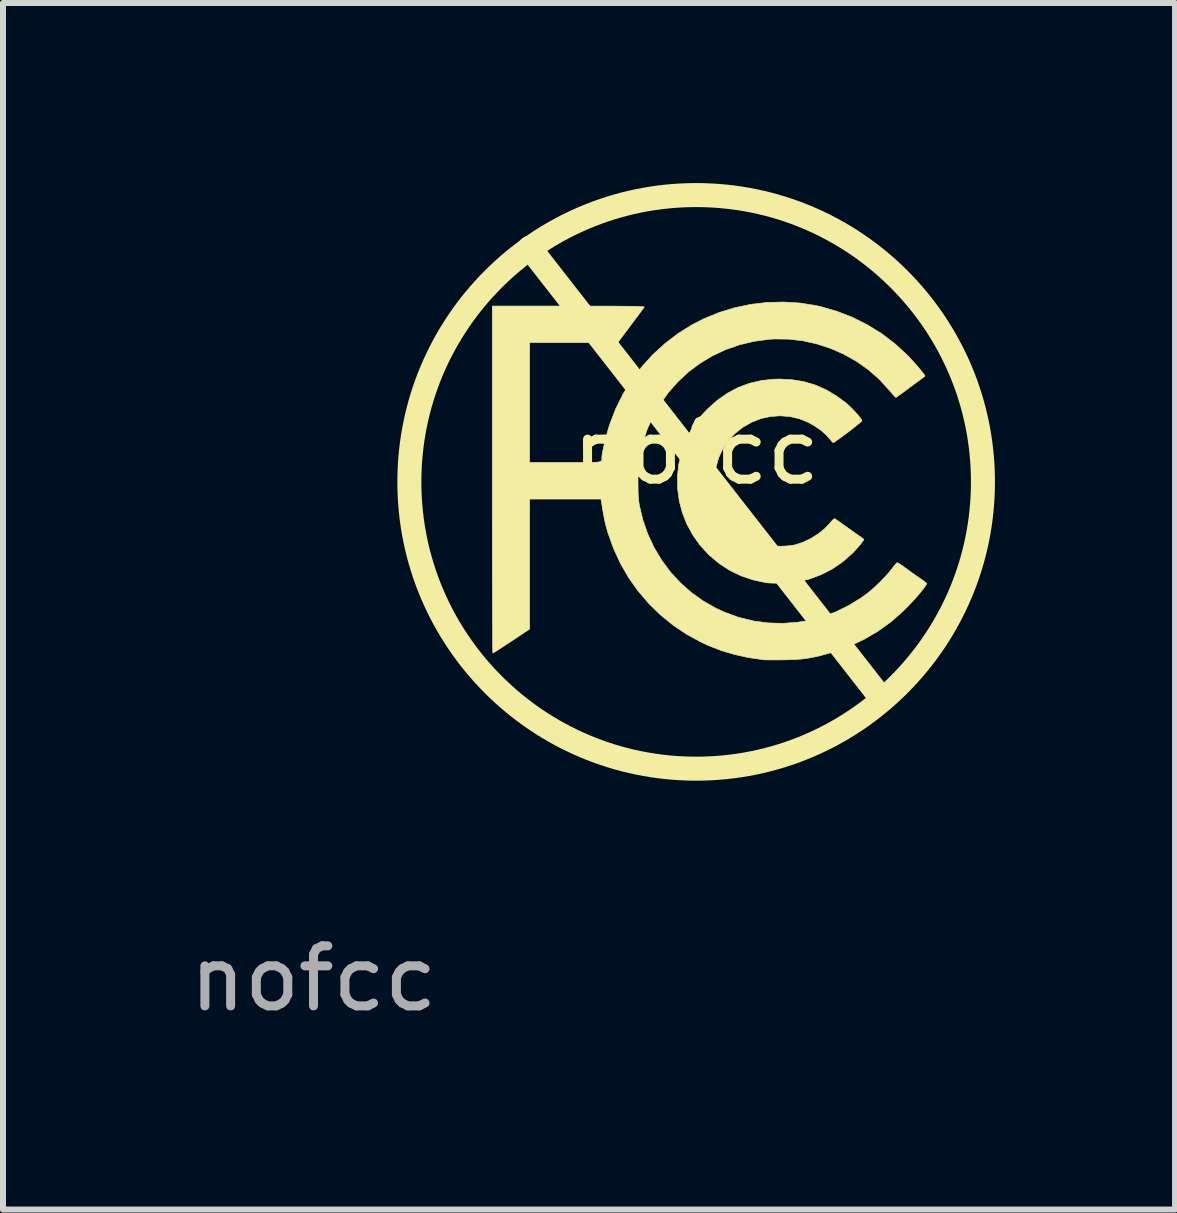
<source format=kicad_pcb>
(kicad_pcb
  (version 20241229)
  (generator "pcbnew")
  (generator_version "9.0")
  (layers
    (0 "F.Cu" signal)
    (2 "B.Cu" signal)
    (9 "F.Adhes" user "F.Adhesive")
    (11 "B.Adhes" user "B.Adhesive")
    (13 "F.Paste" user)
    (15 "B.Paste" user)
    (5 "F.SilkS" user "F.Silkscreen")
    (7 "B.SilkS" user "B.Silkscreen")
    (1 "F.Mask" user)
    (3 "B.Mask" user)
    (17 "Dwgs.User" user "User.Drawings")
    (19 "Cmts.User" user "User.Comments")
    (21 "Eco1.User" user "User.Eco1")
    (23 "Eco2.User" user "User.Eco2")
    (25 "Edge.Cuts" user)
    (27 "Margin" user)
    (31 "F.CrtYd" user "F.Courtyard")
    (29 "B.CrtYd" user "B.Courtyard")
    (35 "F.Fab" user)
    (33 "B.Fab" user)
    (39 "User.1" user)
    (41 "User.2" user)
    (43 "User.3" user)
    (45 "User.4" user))
  (footprint "nofcc"
    (layer "F.Cu")
    (at 8.548 4.978)
    (property "Reference" "nofcc" (at 0 -0.5 0) (unlocked yes) (layer "F.SilkS") (effects (font (size 1 1) (thickness 0.15))))
    (fp_line (start -2.775 -3.9) (end 3.1 3.625) (stroke (width 0.4) (type solid)) (layer "F.SilkS"))
    (fp_circle (center 0 0) (end 4.778 0) (stroke (width 0.4) (type solid)) (fill no) (layer "F.SilkS"))
    (fp_poly (pts (xy 1.6 -1.702) (xy 1.797 -1.669) (xy 1.983 -1.614) (xy 2.163 -1.535) (xy 2.338 -1.431) (xy 2.493 -1.317) (xy 2.54 -1.276) (xy 2.59 -1.227) (xy 2.64 -1.176) (xy 2.686 -1.125) (xy 2.724 -1.079) (xy 2.75 -1.043) (xy 2.761 -1.019) (xy 2.761 -1.018) (xy 2.751 -1.006) (xy 2.723 -0.981) (xy 2.681 -0.947) (xy 2.629 -0.905) (xy 2.57 -0.859) (xy 2.509 -0.812) (xy 2.448 -0.767) (xy 2.391 -0.725) (xy 2.343 -0.691) (xy 2.307 -0.666) (xy 2.286 -0.654) (xy 2.283 -0.654) (xy 2.269 -0.664) (xy 2.247 -0.689) (xy 2.232 -0.708) (xy 2.164 -0.785) (xy 2.076 -0.862) (xy 1.972 -0.933) (xy 1.873 -0.989) (xy 1.722 -1.051) (xy 1.563 -1.088) (xy 1.401 -1.101) (xy 1.238 -1.089) (xy 1.078 -1.054) (xy 0.924 -0.994) (xy 0.923 -0.993) (xy 0.773 -0.907) (xy 0.643 -0.803) (xy 0.532 -0.682) (xy 0.442 -0.548) (xy 0.374 -0.4) (xy 0.33 -0.241) (xy 0.309 -0.072) (xy 0.307 -0.014) (xy 0.319 0.157) (xy 0.354 0.316) (xy 0.413 0.465) (xy 0.496 0.603) (xy 0.604 0.733) (xy 0.648 0.777) (xy 0.76 0.871) (xy 0.876 0.946) (xy 1.003 1.004) (xy 1.142 1.049) (xy 1.212 1.062) (xy 1.3 1.07) (xy 1.396 1.072) (xy 1.493 1.069) (xy 1.582 1.061) (xy 1.649 1.049) (xy 1.78 1.006) (xy 1.911 0.943) (xy 2.035 0.865) (xy 2.145 0.776) (xy 2.227 0.689) (xy 2.264 0.646) (xy 2.293 0.62) (xy 2.31 0.613) (xy 2.311 0.614) (xy 2.324 0.623) (xy 2.355 0.645) (xy 2.401 0.677) (xy 2.455 0.716) (xy 2.516 0.759) (xy 2.58 0.804) (xy 2.641 0.848) (xy 2.697 0.887) (xy 2.743 0.92) (xy 2.777 0.944) (xy 2.792 0.956) (xy 2.793 0.956) (xy 2.789 0.969) (xy 2.771 0.996) (xy 2.741 1.035) (xy 2.703 1.081) (xy 2.66 1.129) (xy 2.616 1.176) (xy 2.601 1.191) (xy 2.443 1.33) (xy 2.271 1.449) (xy 2.084 1.545) (xy 1.885 1.619) (xy 1.706 1.663) (xy 1.642 1.672) (xy 1.561 1.68) (xy 1.47 1.685) (xy 1.377 1.687) (xy 1.289 1.687) (xy 1.214 1.684) (xy 1.167 1.68) (xy 0.952 1.634) (xy 0.751 1.567) (xy 0.563 1.476) (xy 0.388 1.363) (xy 0.224 1.226) (xy 0.206 1.209) (xy 0.064 1.054) (xy -0.056 0.885) (xy -0.154 0.705) (xy -0.229 0.516) (xy -0.281 0.319) (xy -0.308 0.118) (xy -0.312 -0.086) (xy -0.29 -0.291) (xy -0.243 -0.495) (xy -0.229 -0.54) (xy -0.164 -0.711) (xy -0.085 -0.866) (xy 0.012 -1.011) (xy 0.129 -1.151) (xy 0.193 -1.217) (xy 0.354 -1.36) (xy 0.524 -1.479) (xy 0.703 -1.574) (xy 0.891 -1.643) (xy 1.09 -1.689) (xy 1.3 -1.711) (xy 1.392 -1.713) (xy 1.6 -1.702)) (stroke (width 0.01) (type solid)) (fill yes) (layer "F.SilkS"))
    (fp_poly (pts (xy 1.724 -2.98) (xy 1.992 -2.938) (xy 2.073 -2.92) (xy 2.342 -2.843) (xy 2.602 -2.742) (xy 2.851 -2.617) (xy 3.088 -2.471) (xy 3.309 -2.303) (xy 3.508 -2.121) (xy 3.551 -2.078) (xy 3.598 -2.026) (xy 3.648 -1.97) (xy 3.696 -1.915) (xy 3.74 -1.863) (xy 3.776 -1.818) (xy 3.801 -1.785) (xy 3.812 -1.766) (xy 3.813 -1.765) (xy 3.803 -1.754) (xy 3.777 -1.734) (xy 3.756 -1.719) (xy 3.727 -1.698) (xy 3.681 -1.664) (xy 3.624 -1.622) (xy 3.561 -1.575) (xy 3.519 -1.544) (xy 3.459 -1.499) (xy 3.406 -1.46) (xy 3.364 -1.431) (xy 3.336 -1.412) (xy 3.327 -1.407) (xy 3.315 -1.417) (xy 3.29 -1.443) (xy 3.255 -1.483) (xy 3.214 -1.531) (xy 3.206 -1.54) (xy 3.045 -1.715) (xy 2.865 -1.872) (xy 2.67 -2.009) (xy 2.461 -2.127) (xy 2.242 -2.223) (xy 2.014 -2.298) (xy 1.781 -2.35) (xy 1.544 -2.378) (xy 1.306 -2.381) (xy 1.213 -2.375) (xy 0.961 -2.341) (xy 0.719 -2.283) (xy 0.488 -2.202) (xy 0.269 -2.099) (xy 0.063 -1.975) (xy -0.128 -1.832) (xy -0.303 -1.67) (xy -0.461 -1.491) (xy -0.601 -1.295) (xy -0.722 -1.084) (xy -0.822 -0.859) (xy -0.899 -0.62) (xy -0.933 -0.482) (xy -0.945 -0.424) (xy -0.954 -0.373) (xy -0.96 -0.324) (xy -0.964 -0.271) (xy -0.967 -0.209) (xy -0.968 -0.132) (xy -0.969 -0.034) (xy -0.969 -0.025) (xy -0.968 0.085) (xy -0.967 0.173) (xy -0.964 0.245) (xy -0.958 0.307) (xy -0.951 0.362) (xy -0.945 0.398) (xy -0.886 0.641) (xy -0.804 0.875) (xy -0.7 1.096) (xy -0.575 1.305) (xy -0.43 1.5) (xy -0.266 1.679) (xy -0.085 1.84) (xy 0.113 1.982) (xy 0.325 2.103) (xy 0.475 2.172) (xy 0.711 2.258) (xy 0.953 2.317) (xy 1.198 2.35) (xy 1.446 2.357) (xy 1.696 2.338) (xy 1.87 2.309) (xy 2.1 2.25) (xy 2.326 2.166) (xy 2.545 2.058) (xy 2.754 1.929) (xy 2.838 1.868) (xy 2.92 1.802) (xy 3.009 1.721) (xy 3.098 1.633) (xy 3.181 1.545) (xy 3.25 1.463) (xy 3.265 1.444) (xy 3.298 1.401) (xy 3.327 1.367) (xy 3.346 1.347) (xy 3.351 1.344) (xy 3.365 1.352) (xy 3.397 1.372) (xy 3.441 1.402) (xy 3.494 1.44) (xy 3.512 1.453) (xy 3.576 1.5) (xy 3.642 1.547) (xy 3.702 1.589) (xy 3.748 1.621) (xy 3.75 1.622) (xy 3.791 1.651) (xy 3.823 1.676) (xy 3.838 1.691) (xy 3.839 1.694) (xy 3.831 1.716) (xy 3.806 1.753) (xy 3.768 1.803) (xy 3.719 1.863) (xy 3.661 1.929) (xy 3.598 1.999) (xy 3.532 2.069) (xy 3.465 2.137) (xy 3.441 2.16) (xy 3.244 2.333) (xy 3.028 2.488) (xy 2.797 2.623) (xy 2.552 2.739) (xy 2.296 2.833) (xy 2.031 2.905) (xy 1.895 2.932) (xy 1.823 2.943) (xy 1.751 2.952) (xy 1.672 2.958) (xy 1.581 2.962) (xy 1.471 2.965) (xy 1.445 2.965) (xy 1.358 2.966) (xy 1.277 2.966) (xy 1.207 2.966) (xy 1.153 2.965) (xy 1.12 2.964) (xy 1.114 2.963) (xy 0.866 2.926) (xy 0.636 2.875) (xy 0.418 2.81) (xy 0.205 2.727) (xy 0.089 2.673) (xy -0.154 2.542) (xy -0.382 2.389) (xy -0.595 2.216) (xy -0.79 2.025) (xy -0.968 1.817) (xy -1.126 1.594) (xy -1.263 1.356) (xy -1.378 1.106) (xy -1.471 0.845) (xy -1.505 0.723) (xy -1.515 0.683) (xy -1.524 0.642) (xy -1.533 0.595) (xy -1.544 0.537) (xy -1.556 0.464) (xy -1.572 0.371) (xy -1.579 0.329) (xy -1.586 0.286) (xy -2.775 0.286) (xy -2.775 2.452) (xy -3.076 2.652) (xy -3.156 2.705) (xy -3.228 2.752) (xy -3.29 2.792) (xy -3.339 2.824) (xy -3.373 2.844) (xy -3.387 2.852) (xy -3.387 2.852) (xy -3.388 2.839) (xy -3.389 2.801) (xy -3.39 2.739) (xy -3.391 2.654) (xy -3.392 2.547) (xy -3.392 2.419) (xy -3.393 2.273) (xy -3.394 2.108) (xy -3.394 1.926) (xy -3.395 1.729) (xy -3.395 1.517) (xy -3.396 1.292) (xy -3.396 1.055) (xy -3.396 0.807) (xy -3.397 0.55) (xy -3.397 0.284) (xy -3.397 0.01) (xy -3.397 -0.038) (xy -3.397 -2.929) (xy -2.126 -2.929) (xy -1.907 -2.929) (xy -1.713 -2.928) (xy -1.544 -2.928) (xy -1.396 -2.928) (xy -1.27 -2.927) (xy -1.164 -2.926) (xy -1.076 -2.925) (xy -1.005 -2.924) (xy -0.951 -2.922) (xy -0.911 -2.92) (xy -0.884 -2.918) (xy -0.869 -2.915) (xy -0.865 -2.913) (xy -0.865 -2.912) (xy -0.876 -2.898) (xy -0.9 -2.865) (xy -0.935 -2.817) (xy -0.98 -2.756) (xy -1.033 -2.686) (xy -1.09 -2.61) (xy -1.091 -2.608) (xy -1.307 -2.32) (xy -2.775 -2.32) (xy -2.775 -0.323) (xy -2.181 -0.323) (xy -2.038 -0.323) (xy -1.919 -0.323) (xy -1.823 -0.323) (xy -1.746 -0.324) (xy -1.686 -0.326) (xy -1.642 -0.329) (xy -1.61 -0.334) (xy -1.59 -0.34) (xy -1.578 -0.349) (xy -1.572 -0.359) (xy -1.571 -0.373) (xy -1.571 -0.389) (xy -1.571 -0.398) (xy -1.568 -0.441) (xy -1.557 -0.504) (xy -1.541 -0.581) (xy -1.521 -0.668) (xy -1.498 -0.76) (xy -1.473 -0.85) (xy -1.448 -0.934) (xy -1.439 -0.962) (xy -1.339 -1.219) (xy -1.217 -1.465) (xy -1.072 -1.698) (xy -0.907 -1.916) (xy -0.723 -2.119) (xy -0.52 -2.304) (xy -0.302 -2.471) (xy -0.068 -2.617) (xy 0.127 -2.717) (xy 0.378 -2.82) (xy 0.639 -2.9) (xy 0.907 -2.957) (xy 1.179 -2.989) (xy 1.453 -2.996) (xy 1.724 -2.98)) (stroke (width 0.01) (type solid)) (fill yes) (layer "F.SilkS"))
    (fp_text user "${REFERENCE}" (at -6.375 8.275 0) (unlocked yes) (layer "F.Fab") (effects (font (size 1 1) (thickness 0.15)))))
  (gr_rect
    (start -3 -3)
    (end 16.526 17.101)
    (stroke (width 0.1) (type default))
    (fill no)
    (layer "Edge.Cuts")))
</source>
